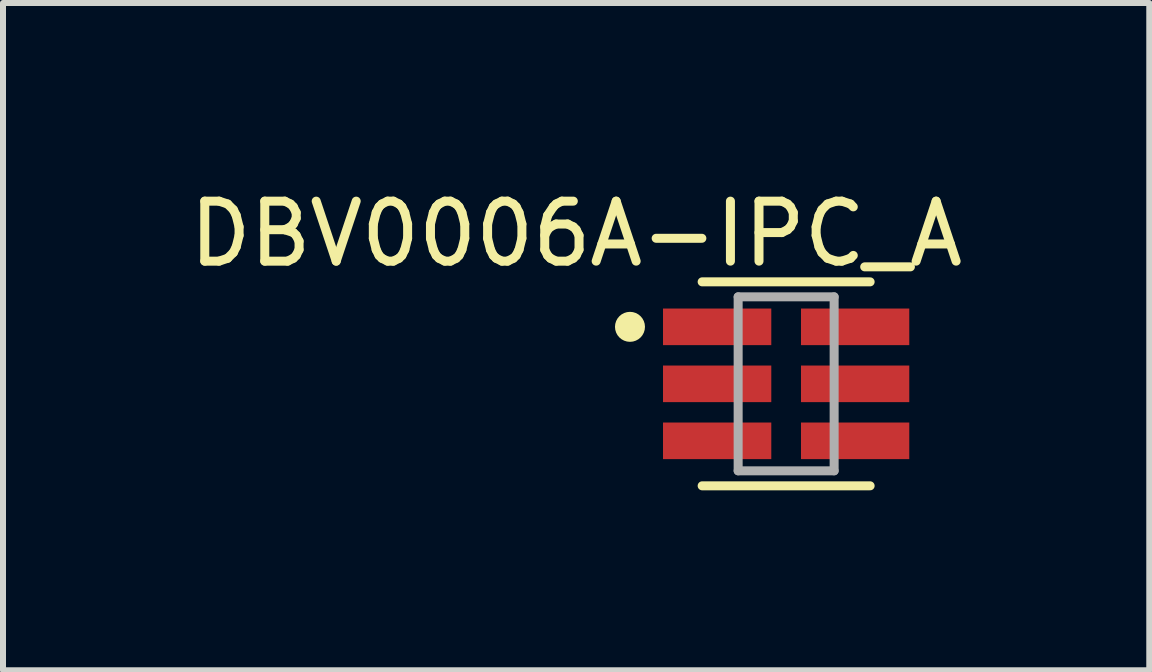
<source format=kicad_pcb>
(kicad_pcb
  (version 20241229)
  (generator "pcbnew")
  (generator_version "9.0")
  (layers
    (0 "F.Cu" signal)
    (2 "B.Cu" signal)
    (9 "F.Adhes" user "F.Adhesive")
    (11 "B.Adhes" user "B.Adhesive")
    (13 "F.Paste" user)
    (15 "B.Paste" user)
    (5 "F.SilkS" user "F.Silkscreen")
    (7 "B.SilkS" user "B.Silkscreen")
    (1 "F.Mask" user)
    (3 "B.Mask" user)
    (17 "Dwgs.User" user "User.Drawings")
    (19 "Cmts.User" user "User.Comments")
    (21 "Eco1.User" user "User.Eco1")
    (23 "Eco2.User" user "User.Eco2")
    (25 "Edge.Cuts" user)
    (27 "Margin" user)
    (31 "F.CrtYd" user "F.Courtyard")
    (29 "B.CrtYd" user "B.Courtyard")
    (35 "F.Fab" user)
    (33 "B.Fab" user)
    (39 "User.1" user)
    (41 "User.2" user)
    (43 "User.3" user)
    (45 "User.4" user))
  (footprint "DBV0006A-IPC_A"
    (layer "F.Cu")
    (at 10.054 3.348)
    (property "Reference" "DBV0006A-IPC_A" (at -3.5 -2.5 0) (unlocked yes) (layer "F.SilkS") (effects (font (size 1 1) (thickness 0.15))))
    (attr smd)
    (fp_line (start -1.4 -1.7) (end 1.4 -1.7) (stroke (width 0.15) (type solid)) (layer "F.SilkS"))
    (fp_line (start -1.4 1.7) (end 1.4 1.7) (stroke (width 0.15) (type solid)) (layer "F.SilkS"))
    (fp_circle (center -2.603 -0.95) (end -2.478 -0.95) (stroke (width 0.25) (type solid)) (fill no) (layer "F.SilkS"))
    (fp_line (start -0.8 -1.45) (end 0.8 -1.45) (stroke (width 0.15) (type solid)) (layer "F.Fab"))
    (fp_line (start -0.8 1.45) (end -0.8 -1.45) (stroke (width 0.15) (type solid)) (layer "F.Fab"))
    (fp_line (start -0.8 1.45) (end 0.8 1.45) (stroke (width 0.15) (type solid)) (layer "F.Fab"))
    (fp_line (start 0.8 1.45) (end 0.8 -1.45) (stroke (width 0.15) (type solid)) (layer "F.Fab"))
    (pad "1" smd rect (at -1.15 -0.95) (size 1.805 0.61) (layers "F.Cu" "F.Mask" "F.Paste"))
    (pad "2" smd rect (at -1.15 0) (size 1.805 0.61) (layers "F.Cu" "F.Mask" "F.Paste"))
    (pad "3" smd rect (at -1.15 0.95) (size 1.805 0.61) (layers "F.Cu" "F.Mask" "F.Paste"))
    (pad "4" smd rect (at 1.15 0.95) (size 1.805 0.61) (layers "F.Cu" "F.Mask" "F.Paste"))
    (pad "5" smd rect (at 1.15 0) (size 1.805 0.61) (layers "F.Cu" "F.Mask" "F.Paste"))
    (pad "6" smd rect (at 1.15 -0.95) (size 1.805 0.61) (layers "F.Cu" "F.Mask" "F.Paste")))
  (gr_rect
    (start -3 -3)
    (end 16.107 8.123)
    (stroke (width 0.1) (type default))
    (fill no)
    (layer "Edge.Cuts")))
</source>
